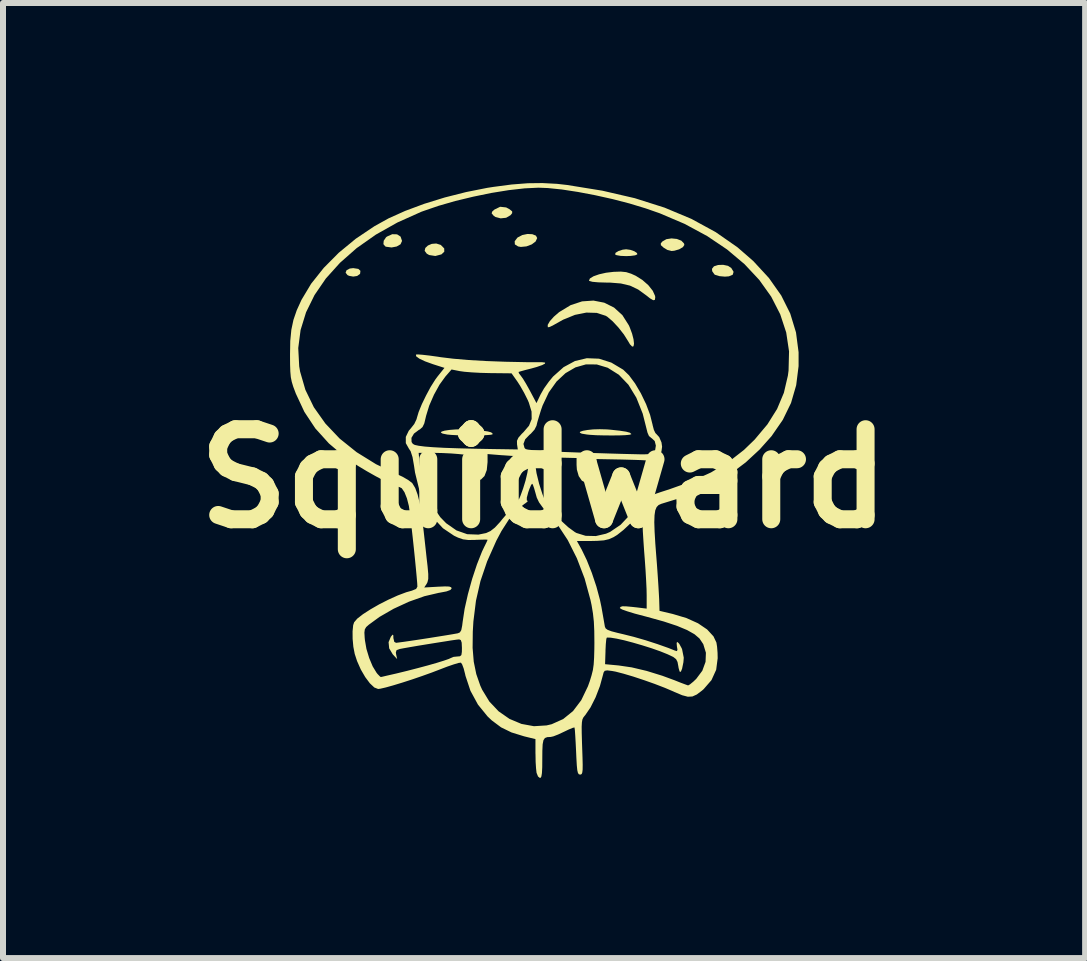
<source format=kicad_pcb>
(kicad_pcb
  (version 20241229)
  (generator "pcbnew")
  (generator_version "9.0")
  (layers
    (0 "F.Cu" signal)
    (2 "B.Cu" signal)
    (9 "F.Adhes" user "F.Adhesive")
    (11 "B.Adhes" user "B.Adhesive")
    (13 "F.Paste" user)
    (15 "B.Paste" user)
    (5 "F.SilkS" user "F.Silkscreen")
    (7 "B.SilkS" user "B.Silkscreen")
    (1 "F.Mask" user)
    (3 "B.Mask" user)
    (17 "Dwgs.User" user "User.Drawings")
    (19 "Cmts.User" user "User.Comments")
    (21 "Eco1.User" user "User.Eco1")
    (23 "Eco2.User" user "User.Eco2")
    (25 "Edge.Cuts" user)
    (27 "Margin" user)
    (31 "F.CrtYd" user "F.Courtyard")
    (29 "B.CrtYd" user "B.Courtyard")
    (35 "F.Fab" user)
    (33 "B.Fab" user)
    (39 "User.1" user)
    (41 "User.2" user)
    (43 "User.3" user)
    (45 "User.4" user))
  (footprint "Squidward"
    (layer "F.Cu")
    (at 6.014 4.923)
    (property "Reference" "Squidward" (at 0 0 0) (layer "F.SilkS") (effects (font (size 1.5 1.5) (thickness 0.3))))
    (attr board_only exclude_from_pos_files exclude_from_bom)
    (fp_poly (pts (xy -3.094 -3.493) (xy -3.059 -3.461) (xy -3.065 -3.41) (xy -3.114 -3.375) (xy -3.179 -3.365) (xy -3.247 -3.377) (xy -3.275 -3.39) (xy -3.306 -3.43) (xy -3.291 -3.47) (xy -3.237 -3.499) (xy -3.179 -3.506)) (stroke (width 0) (type solid)) (fill yes) (layer "F.SilkS"))
    (fp_poly (pts (xy -1.725 -3.894) (xy -1.718 -3.89) (xy -1.663 -3.834) (xy -1.662 -3.779) (xy -1.709 -3.735) (xy -1.811 -3.708) (xy -1.914 -3.724) (xy -1.954 -3.747) (xy -1.989 -3.794) (xy -1.978 -3.842) (xy -1.934 -3.883) (xy -1.87 -3.91) (xy -1.796 -3.916)) (stroke (width 0) (type solid)) (fill yes) (layer "F.SilkS"))
    (fp_poly (pts (xy -0.631 -4.517) (xy -0.575 -4.487) (xy -0.531 -4.451) (xy -0.531 -4.421) (xy -0.559 -4.387) (xy -0.631 -4.345) (xy -0.723 -4.335) (xy -0.81 -4.358) (xy -0.842 -4.381) (xy -0.873 -4.419) (xy -0.863 -4.449) (xy -0.827 -4.481) (xy -0.731 -4.528)) (stroke (width 0) (type solid)) (fill yes) (layer "F.SilkS"))
    (fp_poly (pts (xy -2.449 -4.069) (xy -2.39 -4.031) (xy -2.366 -3.96) (xy -2.366 -3.958) (xy -2.391 -3.903) (xy -2.455 -3.866) (xy -2.54 -3.85) (xy -2.63 -3.862) (xy -2.644 -3.867) (xy -2.676 -3.905) (xy -2.671 -3.962) (xy -2.632 -4.02) (xy -2.616 -4.032) (xy -2.529 -4.071)) (stroke (width 0) (type solid)) (fill yes) (layer "F.SilkS"))
    (fp_poly (pts (xy -0.195 -4.071) (xy -0.135 -4.047) (xy -0.114 -4.007) (xy -0.14 -3.95) (xy -0.205 -3.901) (xy -0.293 -3.868) (xy -0.386 -3.859) (xy -0.432 -3.867) (xy -0.486 -3.901) (xy -0.489 -3.954) (xy -0.443 -4.014) (xy -0.437 -4.018) (xy -0.362 -4.057) (xy -0.276 -4.075)) (stroke (width 0) (type solid)) (fill yes) (layer "F.SilkS"))
    (fp_poly (pts (xy 1.439 -3.81) (xy 1.506 -3.786) (xy 1.549 -3.757) (xy 1.554 -3.735) (xy 1.518 -3.719) (xy 1.443 -3.709) (xy 1.368 -3.706) (xy 1.275 -3.71) (xy 1.207 -3.722) (xy 1.183 -3.735) (xy 1.193 -3.762) (xy 1.241 -3.791) (xy 1.31 -3.813) (xy 1.368 -3.82)) (stroke (width 0) (type solid)) (fill yes) (layer "F.SilkS"))
    (fp_poly (pts (xy 3.065 -3.544) (xy 3.119 -3.509) (xy 3.158 -3.444) (xy 3.144 -3.396) (xy 3.08 -3.369) (xy 3.014 -3.364) (xy 2.924 -3.372) (xy 2.853 -3.393) (xy 2.839 -3.401) (xy 2.802 -3.454) (xy 2.798 -3.494) (xy 2.831 -3.536) (xy 2.9 -3.558) (xy 2.984 -3.561)) (stroke (width 0) (type solid)) (fill yes) (layer "F.SilkS"))
    (fp_poly (pts (xy 2.213 -3.992) (xy 2.288 -3.963) (xy 2.332 -3.917) (xy 2.338 -3.892) (xy 2.313 -3.855) (xy 2.251 -3.819) (xy 2.172 -3.796) (xy 2.126 -3.791) (xy 2.055 -3.809) (xy 1.992 -3.847) (xy 1.947 -3.888) (xy 1.945 -3.918) (xy 1.972 -3.95) (xy 2.038 -3.988) (xy 2.124 -4.001)) (stroke (width 0) (type solid)) (fill yes) (layer "F.SilkS"))
    (fp_poly (pts (xy -1.229 -0.817) (xy -1.178 -0.813) (xy -1.033 -0.799) (xy -0.938 -0.785) (xy -0.882 -0.77) (xy -0.858 -0.751) (xy -0.855 -0.739) (xy -0.882 -0.73) (xy -0.953 -0.724) (xy -1.056 -0.719) (xy -1.179 -0.717) (xy -1.309 -0.718) (xy -1.435 -0.721) (xy -1.543 -0.727) (xy -1.611 -0.733) (xy -1.69 -0.749) (xy -1.72 -0.766) (xy -1.706 -0.783) (xy -1.656 -0.798) (xy -1.576 -0.81) (xy -1.474 -0.818) (xy -1.356 -0.821)) (stroke (width 0) (type solid)) (fill yes) (layer "F.SilkS"))
    (fp_poly (pts (xy 1.045 -0.819) (xy 1.107 -0.814) (xy 1.263 -0.797) (xy 1.368 -0.781) (xy 1.429 -0.764) (xy 1.453 -0.744) (xy 1.454 -0.739) (xy 1.427 -0.73) (xy 1.356 -0.723) (xy 1.253 -0.719) (xy 1.129 -0.718) (xy 0.997 -0.719) (xy 0.87 -0.722) (xy 0.76 -0.729) (xy 0.713 -0.734) (xy 0.629 -0.748) (xy 0.595 -0.764) (xy 0.604 -0.781) (xy 0.649 -0.796) (xy 0.723 -0.809) (xy 0.818 -0.819) (xy 0.928 -0.822)) (stroke (width 0) (type solid)) (fill yes) (layer "F.SilkS"))
    (fp_poly (pts (xy 1.369 -3.439) (xy 1.451 -3.413) (xy 1.528 -3.378) (xy 1.638 -3.309) (xy 1.737 -3.222) (xy 1.811 -3.129) (xy 1.85 -3.043) (xy 1.853 -3.017) (xy 1.846 -2.976) (xy 1.819 -2.971) (xy 1.766 -3.002) (xy 1.704 -3.051) (xy 1.569 -3.149) (xy 1.433 -3.214) (xy 1.281 -3.25) (xy 1.096 -3.265) (xy 1.042 -3.265) (xy 0.904 -3.269) (xy 0.806 -3.278) (xy 0.755 -3.292) (xy 0.749 -3.297) (xy 0.764 -3.333) (xy 0.824 -3.37) (xy 0.918 -3.403) (xy 1.033 -3.429) (xy 1.159 -3.444) (xy 1.162 -3.444) (xy 1.281 -3.448)) (stroke (width 0) (type solid)) (fill yes) (layer "F.SilkS"))
    (fp_poly (pts (xy 1.003 -2.93) (xy 1.166 -2.849) (xy 1.305 -2.723) (xy 1.413 -2.553) (xy 1.426 -2.524) (xy 1.467 -2.414) (xy 1.491 -2.32) (xy 1.499 -2.247) (xy 1.491 -2.204) (xy 1.469 -2.198) (xy 1.432 -2.236) (xy 1.403 -2.285) (xy 1.33 -2.401) (xy 1.238 -2.518) (xy 1.142 -2.621) (xy 1.054 -2.696) (xy 1.027 -2.712) (xy 0.878 -2.76) (xy 0.705 -2.765) (xy 0.515 -2.727) (xy 0.319 -2.647) (xy 0.22 -2.592) (xy 0.142 -2.548) (xy 0.085 -2.523) (xy 0.063 -2.521) (xy 0.061 -2.56) (xy 0.097 -2.622) (xy 0.164 -2.697) (xy 0.254 -2.775) (xy 0.255 -2.775) (xy 0.443 -2.889) (xy 0.634 -2.952) (xy 0.824 -2.965)) (stroke (width 0) (type solid)) (fill yes) (layer "F.SilkS"))
    (fp_poly (pts (xy 0.218 -4.91) (xy 0.385 -4.891) (xy 0.972 -4.796) (xy 1.512 -4.671) (xy 2.007 -4.514) (xy 2.456 -4.326) (xy 2.861 -4.105) (xy 3.224 -3.852) (xy 3.487 -3.623) (xy 3.747 -3.341) (xy 3.952 -3.05) (xy 4.102 -2.749) (xy 4.198 -2.434) (xy 4.241 -2.104) (xy 4.241 -1.873) (xy 4.201 -1.555) (xy 4.115 -1.259) (xy 3.978 -0.978) (xy 3.79 -0.706) (xy 3.592 -0.484) (xy 3.361 -0.27) (xy 3.115 -0.084) (xy 2.843 0.077) (xy 2.538 0.22) (xy 2.191 0.348) (xy 1.954 0.421) (xy 1.909 0.441) (xy 1.876 0.475) (xy 1.853 0.53) (xy 1.841 0.611) (xy 1.837 0.727) (xy 1.842 0.881) (xy 1.854 1.083) (xy 1.866 1.24) (xy 1.881 1.43) (xy 1.894 1.614) (xy 1.905 1.78) (xy 1.913 1.916) (xy 1.918 2.007) (xy 1.918 2.007) (xy 1.924 2.204) (xy 2.144 2.256) (xy 2.372 2.324) (xy 2.565 2.411) (xy 2.717 2.514) (xy 2.823 2.629) (xy 2.872 2.732) (xy 2.883 2.801) (xy 2.891 2.902) (xy 2.893 2.993) (xy 2.868 3.186) (xy 2.79 3.358) (xy 2.659 3.509) (xy 2.63 3.534) (xy 2.545 3.598) (xy 2.472 3.631) (xy 2.396 3.635) (xy 2.301 3.61) (xy 2.173 3.556) (xy 2.161 3.55) (xy 2.016 3.488) (xy 1.845 3.422) (xy 1.664 3.358) (xy 1.486 3.299) (xy 1.324 3.251) (xy 1.193 3.217) (xy 1.134 3.206) (xy 1.053 3.196) (xy 1.011 3.203) (xy 0.992 3.232) (xy 0.983 3.268) (xy 0.931 3.458) (xy 0.859 3.645) (xy 0.775 3.812) (xy 0.687 3.941) (xy 0.675 3.955) (xy 0.654 3.982) (xy 0.639 4.015) (xy 0.631 4.062) (xy 0.627 4.134) (xy 0.628 4.239) (xy 0.632 4.387) (xy 0.635 4.475) (xy 0.641 4.646) (xy 0.644 4.768) (xy 0.643 4.85) (xy 0.637 4.898) (xy 0.627 4.923) (xy 0.611 4.931) (xy 0.601 4.932) (xy 0.58 4.927) (xy 0.565 4.905) (xy 0.554 4.859) (xy 0.546 4.779) (xy 0.539 4.657) (xy 0.534 4.544) (xy 0.527 4.402) (xy 0.52 4.282) (xy 0.514 4.194) (xy 0.508 4.15) (xy 0.507 4.147) (xy 0.479 4.153) (xy 0.414 4.18) (xy 0.33 4.22) (xy 0.236 4.264) (xy 0.156 4.295) (xy 0.112 4.305) (xy 0.054 4.308) (xy 0.015 4.323) (xy -0.01 4.36) (xy -0.023 4.428) (xy -0.028 4.535) (xy -0.029 4.664) (xy -0.03 4.81) (xy -0.035 4.907) (xy -0.044 4.963) (xy -0.059 4.987) (xy -0.068 4.989) (xy -0.1 4.964) (xy -0.124 4.904) (xy -0.125 4.9) (xy -0.133 4.829) (xy -0.14 4.721) (xy -0.142 4.599) (xy -0.143 4.576) (xy -0.143 4.341) (xy -0.331 4.295) (xy -0.542 4.23) (xy -0.716 4.145) (xy -0.871 4.029) (xy -0.941 3.963) (xy -1.101 3.766) (xy -1.226 3.536) (xy -1.309 3.286) (xy -1.315 3.258) (xy -1.339 3.164) (xy -1.365 3.095) (xy -1.385 3.067) (xy -1.424 3.072) (xy -1.504 3.096) (xy -1.612 3.133) (xy -1.729 3.178) (xy -1.87 3.232) (xy -2.029 3.289) (xy -2.195 3.346) (xy -2.359 3.399) (xy -2.51 3.445) (xy -2.635 3.48) (xy -2.726 3.501) (xy -2.764 3.506) (xy -2.828 3.481) (xy -2.902 3.411) (xy -2.979 3.308) (xy -3.053 3.181) (xy -3.115 3.041) (xy -3.154 2.922) (xy -3.177 2.803) (xy -3.189 2.671) (xy -3.19 2.545) (xy -3.18 2.443) (xy -3.164 2.395) (xy -3.112 2.334) (xy -3.017 2.26) (xy -2.891 2.179) (xy -2.745 2.095) (xy -2.589 2.016) (xy -2.436 1.947) (xy -2.295 1.894) (xy -2.202 1.868) (xy -2.131 1.839) (xy -2.11 1.801) (xy -2.113 1.742) (xy -2.122 1.638) (xy -2.135 1.498) (xy -2.151 1.335) (xy -2.169 1.16) (xy -2.188 0.982) (xy -2.207 0.813) (xy -2.224 0.664) (xy -2.239 0.546) (xy -2.25 0.47) (xy -2.251 0.46) (xy -2.284 0.331) (xy -2.325 0.228) (xy -2.37 0.162) (xy -2.407 0.143) (xy -2.463 0.128) (xy -2.555 0.088) (xy -2.675 0.03) (xy -2.812 -0.043) (xy -2.955 -0.124) (xy -3.093 -0.207) (xy -3.217 -0.286) (xy -3.307 -0.35) (xy -3.584 -0.585) (xy -3.811 -0.836) (xy -3.993 -1.111) (xy -4.136 -1.417) (xy -4.141 -1.431) (xy -4.178 -1.529) (xy -4.203 -1.611) (xy -4.219 -1.69) (xy -4.227 -1.781) (xy -4.231 -1.9) (xy -4.232 -2.061) (xy -4.232 -2.067) (xy -4.23 -2.174) (xy -4.095 -2.174) (xy -4.079 -1.87) (xy -4.064 -1.782) (xy -3.976 -1.478) (xy -3.835 -1.188) (xy -3.643 -0.917) (xy -3.405 -0.666) (xy -3.122 -0.439) (xy -2.799 -0.239) (xy -2.471 -0.083) (xy -2.361 -0.032) (xy -2.265 0.023) (xy -2.202 0.07) (xy -2.193 0.08) (xy -2.146 0.158) (xy -2.106 0.267) (xy -2.07 0.413) (xy -2.039 0.602) (xy -2.01 0.837) (xy -1.991 1.007) (xy -1.972 1.179) (xy -1.955 1.335) (xy -1.941 1.456) (xy -1.94 1.466) (xy -1.929 1.59) (xy -1.929 1.672) (xy -1.942 1.727) (xy -1.955 1.753) (xy -1.996 1.815) (xy -1.768 1.802) (xy -1.651 1.797) (xy -1.581 1.799) (xy -1.548 1.811) (xy -1.539 1.83) (xy -1.56 1.856) (xy -1.624 1.88) (xy -1.739 1.902) (xy -1.753 1.904) (xy -1.992 1.96) (xy -2.249 2.051) (xy -2.505 2.169) (xy -2.741 2.305) (xy -2.919 2.435) (xy -2.963 2.474) (xy -2.986 2.513) (xy -2.993 2.567) (xy -2.988 2.654) (xy -2.984 2.694) (xy -2.959 2.838) (xy -2.913 2.99) (xy -2.855 3.129) (xy -2.79 3.236) (xy -2.774 3.256) (xy -2.736 3.295) (xy -2.72 3.307) (xy -2.691 3.301) (xy -2.619 3.284) (xy -2.518 3.261) (xy -2.461 3.248) (xy -2.281 3.204) (xy -2.103 3.158) (xy -1.935 3.113) (xy -1.788 3.071) (xy -1.669 3.034) (xy -1.588 3.006) (xy -1.555 2.991) (xy -1.508 2.971) (xy -1.448 2.965) (xy -1.401 2.961) (xy -1.377 2.94) (xy -1.369 2.888) (xy -1.368 2.822) (xy -1.368 2.821) (xy -1.19 2.821) (xy -1.171 3.052) (xy -1.129 3.257) (xy -1.062 3.45) (xy -1.031 3.518) (xy -0.911 3.715) (xy -0.757 3.878) (xy -0.576 4.004) (xy -0.376 4.088) (xy -0.168 4.126) (xy 0.042 4.113) (xy 0.127 4.093) (xy 0.319 4.007) (xy 0.483 3.874) (xy 0.62 3.693) (xy 0.731 3.462) (xy 0.762 3.376) (xy 0.792 3.278) (xy 0.814 3.19) (xy 0.827 3.098) (xy 0.834 2.986) (xy 0.838 2.841) (xy 0.839 2.737) (xy 0.837 2.542) (xy 0.83 2.385) (xy 0.815 2.247) (xy 0.792 2.108) (xy 0.774 2.024) (xy 0.676 1.665) (xy 0.547 1.328) (xy 0.403 1.041) (xy 0.548 1.041) (xy 0.627 1.183) (xy 0.712 1.359) (xy 0.796 1.571) (xy 0.872 1.798) (xy 0.931 2.018) (xy 0.956 2.138) (xy 0.978 2.262) (xy 0.997 2.37) (xy 1.01 2.446) (xy 1.014 2.468) (xy 1.027 2.497) (xy 1.06 2.521) (xy 1.124 2.545) (xy 1.228 2.572) (xy 1.318 2.593) (xy 1.494 2.637) (xy 1.692 2.694) (xy 1.892 2.759) (xy 2.073 2.823) (xy 2.178 2.865) (xy 2.214 2.875) (xy 2.223 2.852) (xy 2.214 2.797) (xy 2.209 2.736) (xy 2.224 2.723) (xy 2.254 2.755) (xy 2.293 2.827) (xy 2.3 2.844) (xy 2.328 2.985) (xy 2.322 3.061) (xy 2.3 3.168) (xy 2.279 3.22) (xy 2.259 3.216) (xy 2.242 3.156) (xy 2.238 3.13) (xy 2.224 3.056) (xy 2.2 3.009) (xy 2.154 2.973) (xy 2.07 2.933) (xy 2.057 2.927) (xy 1.935 2.878) (xy 1.793 2.828) (xy 1.638 2.779) (xy 1.483 2.734) (xy 1.336 2.695) (xy 1.209 2.667) (xy 1.111 2.651) (xy 1.053 2.649) (xy 1.043 2.654) (xy 1.036 2.686) (xy 1.029 2.76) (xy 1.024 2.862) (xy 1.024 2.879) (xy 1.017 3.093) (xy 1.242 3.114) (xy 1.461 3.146) (xy 1.71 3.205) (xy 1.972 3.286) (xy 2.173 3.36) (xy 2.273 3.4) (xy 2.353 3.43) (xy 2.398 3.446) (xy 2.402 3.446) (xy 2.432 3.429) (xy 2.488 3.383) (xy 2.536 3.337) (xy 2.637 3.202) (xy 2.691 3.054) (xy 2.697 2.902) (xy 2.653 2.759) (xy 2.59 2.665) (xy 2.507 2.594) (xy 2.383 2.524) (xy 2.215 2.454) (xy 1.997 2.382) (xy 1.727 2.307) (xy 1.674 2.293) (xy 1.511 2.25) (xy 1.384 2.211) (xy 1.3 2.181) (xy 1.264 2.159) (xy 1.263 2.155) (xy 1.277 2.137) (xy 1.307 2.128) (xy 1.366 2.129) (xy 1.464 2.138) (xy 1.547 2.147) (xy 1.71 2.167) (xy 1.71 1.946) (xy 1.708 1.842) (xy 1.701 1.697) (xy 1.691 1.524) (xy 1.678 1.34) (xy 1.668 1.212) (xy 1.656 1.039) (xy 1.646 0.878) (xy 1.641 0.741) (xy 1.641 0.64) (xy 1.644 0.592) (xy 1.651 0.513) (xy 1.64 0.489) (xy 1.611 0.518) (xy 1.586 0.563) (xy 1.525 0.651) (xy 1.433 0.753) (xy 1.325 0.855) (xy 1.219 0.939) (xy 1.157 0.977) (xy 1.082 1.01) (xy 0.997 1.03) (xy 0.886 1.038) (xy 0.794 1.04) (xy 0.548 1.041) (xy 0.403 1.041) (xy 0.393 1.022) (xy 0.217 0.755) (xy 0.069 0.58) (xy -0.024 0.479) (xy -0.083 0.397) (xy -0.121 0.318) (xy -0.142 0.243) (xy -0.166 0.158) (xy -0.187 0.1) (xy -0.199 0.086) (xy -0.217 0.11) (xy -0.244 0.174) (xy -0.263 0.228) (xy -0.287 0.318) (xy -0.287 0.363) (xy -0.275 0.371) (xy -0.274 0.383) (xy -0.313 0.414) (xy -0.329 0.424) (xy -0.454 0.525) (xy -0.583 0.678) (xy -0.709 0.874) (xy -0.795 1.036) (xy -0.948 1.38) (xy -1.059 1.707) (xy -1.134 2.035) (xy -1.177 2.381) (xy -1.187 2.551) (xy -1.19 2.821) (xy -1.368 2.821) (xy -1.372 2.734) (xy -1.387 2.691) (xy -1.414 2.68) (xy -1.455 2.684) (xy -1.541 2.696) (xy -1.659 2.715) (xy -1.799 2.737) (xy -1.948 2.761) (xy -2.096 2.785) (xy -2.23 2.808) (xy -2.338 2.827) (xy -2.402 2.839) (xy -2.457 2.859) (xy -2.469 2.898) (xy -2.464 2.931) (xy -2.447 3.008) (xy -2.521 2.928) (xy -2.58 2.829) (xy -2.59 2.726) (xy -2.552 2.635) (xy -2.522 2.6) (xy -2.511 2.612) (xy -2.51 2.658) (xy -2.495 2.721) (xy -2.465 2.737) (xy -2.426 2.732) (xy -2.342 2.721) (xy -2.224 2.704) (xy -2.084 2.683) (xy -1.934 2.66) (xy -1.784 2.636) (xy -1.646 2.614) (xy -1.531 2.595) (xy -1.452 2.581) (xy -1.436 2.578) (xy -1.402 2.563) (xy -1.379 2.526) (xy -1.364 2.452) (xy -1.356 2.388) (xy -1.323 2.17) (xy -1.268 1.926) (xy -1.198 1.673) (xy -1.118 1.431) (xy -1.034 1.218) (xy -0.994 1.134) (xy -0.961 1.067) (xy -0.942 1.025) (xy -0.941 1.02) (xy -0.967 1.017) (xy -1.035 1.018) (xy -1.132 1.021) (xy -1.142 1.022) (xy -1.261 1.024) (xy -1.349 1.013) (xy -1.433 0.984) (xy -1.5 0.952) (xy -1.684 0.828) (xy -1.844 0.656) (xy -1.976 0.44) (xy -2.079 0.187) (xy -2.149 -0.099) (xy -2.166 -0.212) (xy -2.191 -0.357) (xy -2.214 -0.428) (xy -2.089 -0.428) (xy -2.071 -0.231) (xy -2.03 0.01) (xy -1.955 0.245) (xy -1.853 0.461) (xy -1.729 0.643) (xy -1.631 0.744) (xy -1.459 0.864) (xy -1.28 0.927) (xy -1.093 0.934) (xy -0.965 0.908) (xy -0.893 0.875) (xy -0.819 0.817) (xy -0.732 0.723) (xy -0.697 0.679) (xy -0.623 0.592) (xy -0.56 0.525) (xy -0.519 0.488) (xy -0.51 0.485) (xy -0.477 0.459) (xy -0.436 0.389) (xy -0.392 0.286) (xy -0.348 0.164) (xy -0.308 0.033) (xy -0.278 -0.095) (xy -0.26 -0.208) (xy -0.257 -0.263) (xy -0.26 -0.333) (xy -0.276 -0.356) (xy -0.157 -0.356) (xy -0.148 -0.242) (xy -0.125 -0.089) (xy -0.082 0.087) (xy -0.027 0.259) (xy 0.002 0.333) (xy 0.066 0.444) (xy 0.163 0.571) (xy 0.28 0.698) (xy 0.402 0.81) (xy 0.514 0.892) (xy 0.541 0.907) (xy 0.693 0.954) (xy 0.863 0.958) (xy 1.032 0.919) (xy 1.101 0.889) (xy 1.276 0.77) (xy 1.433 0.603) (xy 1.536 0.442) (xy 1.653 0.442) (xy 1.668 0.456) (xy 1.682 0.442) (xy 1.668 0.428) (xy 1.653 0.442) (xy 1.536 0.442) (xy 1.564 0.397) (xy 1.654 0.191) (xy 1.686 0.087) (xy 1.714 -0.027) (xy 1.735 -0.136) (xy 1.747 -0.227) (xy 1.747 -0.285) (xy 1.742 -0.298) (xy 1.708 -0.302) (xy 1.628 -0.307) (xy 1.512 -0.311) (xy 1.371 -0.315) (xy 1.297 -0.317) (xy 0.869 -0.325) (xy 0.879 -0.247) (xy 0.875 -0.152) (xy 0.847 -0.054) (xy 0.804 0.025) (xy 0.769 0.057) (xy 0.696 0.07) (xy 0.63 0.035) (xy 0.578 -0.041) (xy 0.547 -0.149) (xy 0.542 -0.227) (xy 0.542 -0.342) (xy 0.299 -0.348) (xy 0.172 -0.351) (xy 0.053 -0.353) (xy -0.037 -0.355) (xy -0.05 -0.355) (xy -0.157 -0.356) (xy -0.276 -0.356) (xy -0.281 -0.363) (xy -0.337 -0.371) (xy -0.363 -0.371) (xy -0.444 -0.373) (xy -0.558 -0.379) (xy -0.685 -0.388) (xy -0.706 -0.389) (xy -0.941 -0.408) (xy -0.941 -0.274) (xy -0.954 -0.142) (xy -0.992 -0.042) (xy -1.05 0.016) (xy -1.098 0.029) (xy -1.165 0.002) (xy -1.217 -0.07) (xy -1.248 -0.179) (xy -1.254 -0.265) (xy -1.254 -0.391) (xy -1.43 -0.409) (xy -1.546 -0.418) (xy -1.691 -0.425) (xy -1.834 -0.428) (xy -1.847 -0.428) (xy -2.089 -0.428) (xy -2.214 -0.428) (xy -2.222 -0.454) (xy -2.252 -0.499) (xy -2.303 -0.59) (xy -2.303 -0.678) (xy -2.209 -0.678) (xy -2.207 -0.609) (xy -2.185 -0.577) (xy -2.153 -0.56) (xy -2.088 -0.546) (xy -1.987 -0.533) (xy -1.847 -0.522) (xy -1.664 -0.512) (xy -1.435 -0.504) (xy -1.157 -0.497) (xy -0.826 -0.491) (xy -0.753 -0.49) (xy -0.437 -0.485) (xy -0.45 -0.571) (xy -0.45 -0.577) (xy -0.343 -0.577) (xy -0.325 -0.51) (xy -0.306 -0.491) (xy -0.269 -0.482) (xy -0.18 -0.472) (xy -0.047 -0.462) (xy 0.123 -0.452) (xy 0.326 -0.443) (xy 0.542 -0.435) (xy 0.845 -0.425) (xy 1.097 -0.417) (xy 1.302 -0.411) (xy 1.464 -0.407) (xy 1.59 -0.404) (xy 1.683 -0.404) (xy 1.749 -0.407) (xy 1.793 -0.412) (xy 1.82 -0.419) (xy 1.835 -0.429) (xy 1.843 -0.442) (xy 1.848 -0.457) (xy 1.849 -0.461) (xy 1.863 -0.549) (xy 1.844 -0.625) (xy 1.796 -0.67) (xy 1.793 -0.671) (xy 1.748 -0.709) (xy 1.724 -0.764) (xy 1.644 -1.081) (xy 1.538 -1.347) (xy 1.406 -1.563) (xy 1.247 -1.729) (xy 1.061 -1.846) (xy 1.058 -1.847) (xy 0.878 -1.901) (xy 0.698 -1.902) (xy 0.523 -1.852) (xy 0.358 -1.756) (xy 0.208 -1.616) (xy 0.079 -1.435) (xy -0.024 -1.217) (xy -0.051 -1.14) (xy -0.084 -1.033) (xy -0.112 -0.938) (xy -0.126 -0.88) (xy -0.158 -0.816) (xy -0.219 -0.748) (xy -0.242 -0.729) (xy -0.314 -0.654) (xy -0.343 -0.577) (xy -0.45 -0.577) (xy -0.451 -0.629) (xy -0.427 -0.681) (xy -0.371 -0.745) (xy -0.342 -0.773) (xy -0.25 -0.881) (xy -0.206 -0.991) (xy -0.208 -1.116) (xy -0.253 -1.265) (xy -0.272 -1.309) (xy -0.331 -1.427) (xy -0.4 -1.548) (xy -0.446 -1.619) (xy -0.541 -1.753) (xy -0.905 -1.757) (xy -1.058 -1.761) (xy -1.204 -1.769) (xy -1.325 -1.779) (xy -1.405 -1.79) (xy -1.541 -1.817) (xy -1.643 -1.7) (xy -1.741 -1.565) (xy -1.834 -1.396) (xy -1.913 -1.215) (xy -1.965 -1.045) (xy -1.971 -1.019) (xy -1.995 -0.919) (xy -2.024 -0.859) (xy -2.067 -0.82) (xy -2.086 -0.81) (xy -2.167 -0.749) (xy -2.209 -0.678) (xy -2.303 -0.678) (xy -2.303 -0.694) (xy -2.254 -0.796) (xy -2.222 -0.833) (xy -2.162 -0.909) (xy -2.123 -0.991) (xy -2.119 -1.009) (xy -2.089 -1.109) (xy -2.036 -1.239) (xy -1.966 -1.383) (xy -1.89 -1.525) (xy -1.814 -1.646) (xy -1.775 -1.699) (xy -1.659 -1.844) (xy -1.85 -1.905) (xy -1.983 -1.953) (xy -2.078 -1.998) (xy -2.131 -2.037) (xy -2.134 -2.066) (xy -2.101 -2.068) (xy -2.023 -2.062) (xy -1.909 -2.049) (xy -1.771 -2.03) (xy -1.721 -2.022) (xy -1.515 -1.997) (xy -1.261 -1.975) (xy -0.968 -1.958) (xy -0.644 -1.946) (xy -0.297 -1.939) (xy -0.03 -1.938) (xy 0.018 -1.932) (xy 0.016 -1.915) (xy -0.032 -1.89) (xy -0.121 -1.859) (xy -0.214 -1.833) (xy -0.313 -1.808) (xy -0.388 -1.787) (xy -0.424 -1.776) (xy -0.425 -1.776) (xy -0.417 -1.752) (xy -0.387 -1.713) (xy -0.35 -1.662) (xy -0.298 -1.576) (xy -0.241 -1.474) (xy -0.232 -1.457) (xy -0.126 -1.257) (xy -0.057 -1.402) (xy 0.000113 -1.502) (xy 0.08 -1.614) (xy 0.15 -1.699) (xy 0.326 -1.856) (xy 0.515 -1.958) (xy 0.713 -2.005) (xy 0.916 -1.997) (xy 1.121 -1.932) (xy 1.319 -1.814) (xy 1.416 -1.72) (xy 1.517 -1.584) (xy 1.614 -1.419) (xy 1.7 -1.24) (xy 1.767 -1.061) (xy 1.809 -0.894) (xy 1.809 -0.891) (xy 1.83 -0.811) (xy 1.856 -0.757) (xy 1.866 -0.748) (xy 1.919 -0.69) (xy 1.957 -0.602) (xy 1.967 -0.531) (xy 1.957 -0.457) (xy 1.932 -0.383) (xy 1.9 -0.329) (xy 1.877 -0.314) (xy 1.858 -0.289) (xy 1.853 -0.247) (xy 1.845 -0.186) (xy 1.825 -0.083) (xy 1.794 0.049) (xy 1.756 0.197) (xy 1.732 0.285) (xy 1.727 0.312) (xy 1.731 0.307) (xy 1.762 0.291) (xy 1.835 0.263) (xy 1.942 0.226) (xy 2.069 0.185) (xy 2.071 0.185) (xy 2.45 0.05) (xy 2.782 -0.102) (xy 3.073 -0.276) (xy 3.331 -0.477) (xy 3.508 -0.648) (xy 3.722 -0.903) (xy 3.883 -1.16) (xy 3.996 -1.429) (xy 4.063 -1.716) (xy 4.074 -1.799) (xy 4.082 -2.119) (xy 4.035 -2.433) (xy 3.935 -2.737) (xy 3.785 -3.03) (xy 3.586 -3.309) (xy 3.34 -3.572) (xy 3.049 -3.817) (xy 2.716 -4.041) (xy 2.342 -4.243) (xy 1.929 -4.419) (xy 1.694 -4.501) (xy 1.427 -4.582) (xy 1.142 -4.656) (xy 0.85 -4.721) (xy 0.565 -4.775) (xy 0.298 -4.816) (xy 0.063 -4.84) (xy -0.094 -4.846) (xy -0.322 -4.835) (xy -0.588 -4.805) (xy -0.879 -4.758) (xy -1.18 -4.696) (xy -1.479 -4.624) (xy -1.76 -4.543) (xy -2.01 -4.457) (xy -2.046 -4.444) (xy -2.443 -4.266) (xy -2.802 -4.064) (xy -3.122 -3.839) (xy -3.4 -3.594) (xy -3.635 -3.333) (xy -3.824 -3.057) (xy -3.965 -2.77) (xy -4.056 -2.475) (xy -4.095 -2.174) (xy -4.23 -2.174) (xy -4.228 -2.292) (xy -4.21 -2.479) (xy -4.175 -2.644) (xy -4.12 -2.804) (xy -4.041 -2.977) (xy -4.04 -2.979) (xy -3.88 -3.246) (xy -3.671 -3.509) (xy -3.42 -3.762) (xy -3.136 -3.996) (xy -2.826 -4.204) (xy -2.59 -4.335) (xy -2.314 -4.459) (xy -1.997 -4.577) (xy -1.654 -4.683) (xy -1.299 -4.773) (xy -0.947 -4.843) (xy -0.844 -4.859) (xy -0.54 -4.899) (xy -0.272 -4.92) (xy -0.026 -4.923)) (stroke (width 0) (type solid)) (fill yes) (layer "F.SilkS")))
  (gr_rect
    (start -3 -3)
    (end 15.029 12.912)
    (stroke (width 0.1) (type default))
    (fill no)
    (layer "Edge.Cuts")))
</source>
